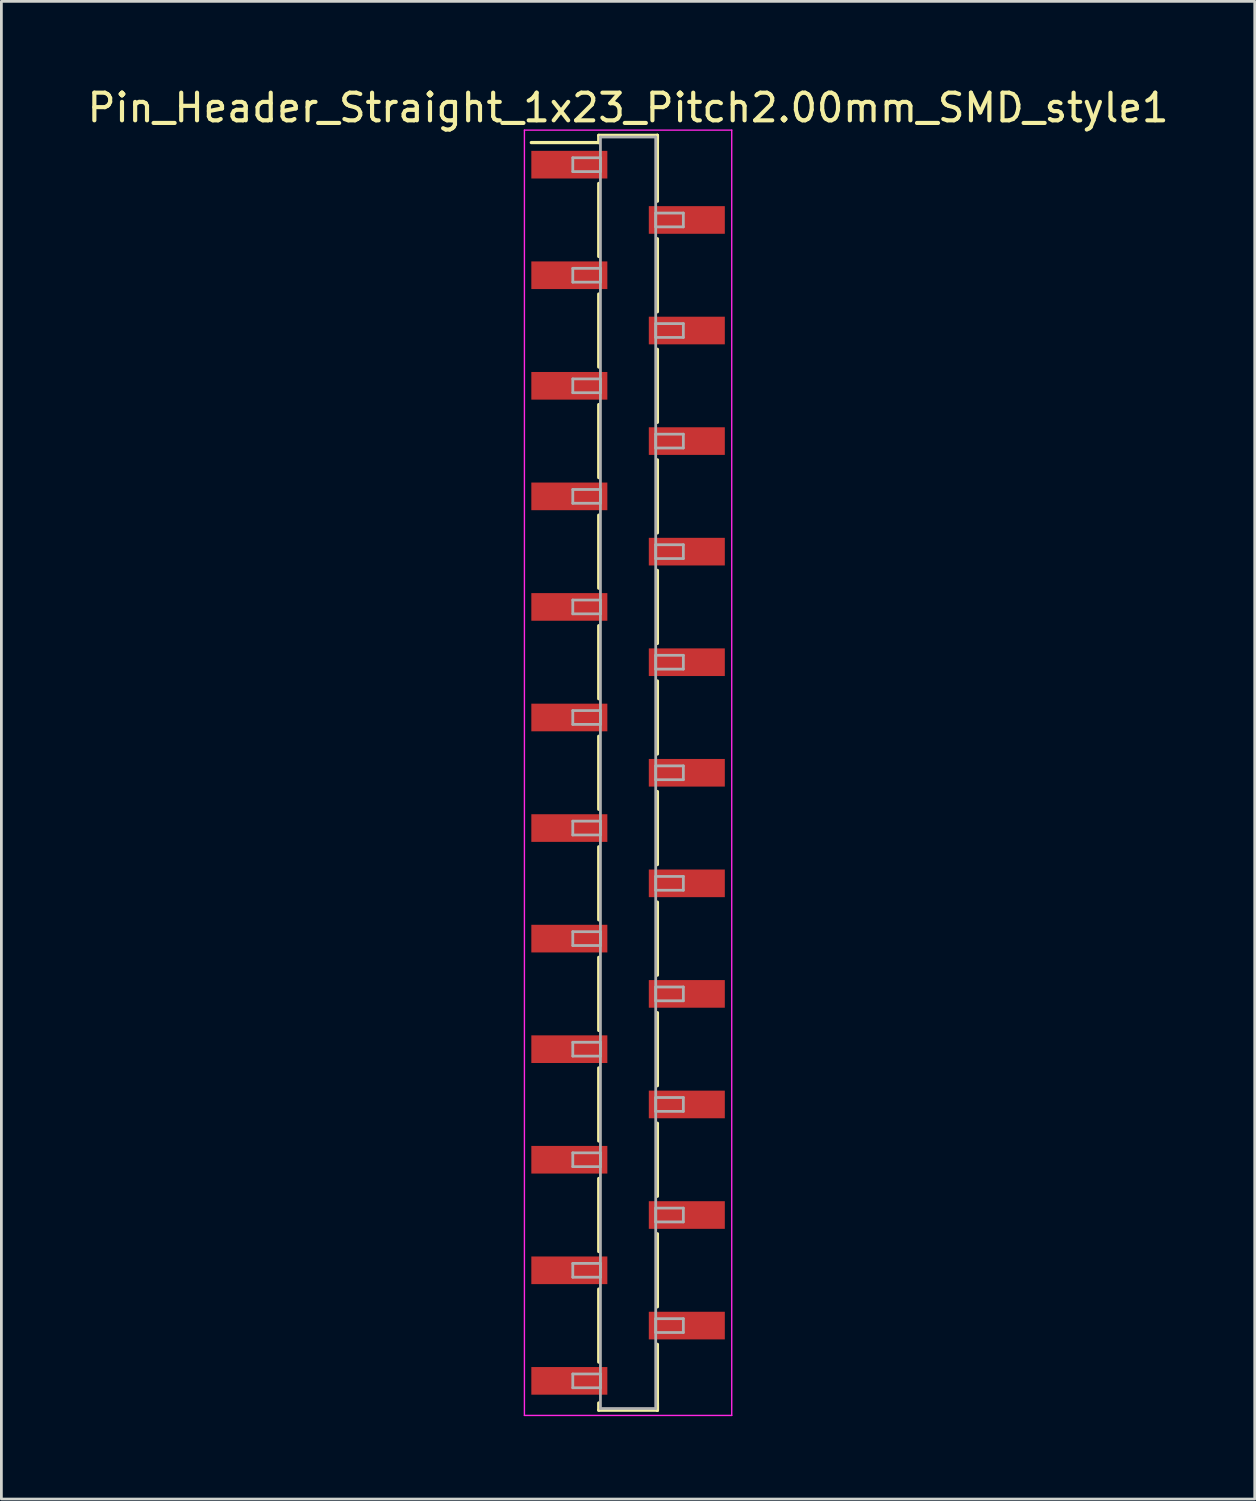
<source format=kicad_pcb>
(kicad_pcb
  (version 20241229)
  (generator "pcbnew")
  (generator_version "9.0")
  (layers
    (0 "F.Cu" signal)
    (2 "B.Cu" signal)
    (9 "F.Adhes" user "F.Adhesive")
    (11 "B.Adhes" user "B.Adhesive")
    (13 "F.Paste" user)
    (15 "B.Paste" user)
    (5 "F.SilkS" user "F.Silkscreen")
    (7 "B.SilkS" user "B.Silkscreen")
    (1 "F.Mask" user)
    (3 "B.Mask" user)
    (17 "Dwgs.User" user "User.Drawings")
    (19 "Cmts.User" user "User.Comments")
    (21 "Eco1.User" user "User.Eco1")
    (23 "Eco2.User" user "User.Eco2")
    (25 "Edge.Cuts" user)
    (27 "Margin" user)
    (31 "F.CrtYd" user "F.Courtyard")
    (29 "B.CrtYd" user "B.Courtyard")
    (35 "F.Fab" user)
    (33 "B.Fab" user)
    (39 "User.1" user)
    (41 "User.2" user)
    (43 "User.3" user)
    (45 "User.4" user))
  (footprint "Pin_Header_Straight_1x23_Pitch2.00mm_SMD_style1"
    (layer "F.Cu")
    (at 19.673 24.908)
    (property "Reference" "Pin_Header_Straight_1x23_Pitch2.00mm_SMD_style1" (at 0 -24.06 0) (layer "F.SilkS") (effects (font (size 1 1) (thickness 0.15))))
    (attr smd)
    (fp_line (start -1.06 -23.06) (end 1.06 -23.06) (stroke (width 0.12) (type solid)) (layer "F.SilkS"))
    (fp_line (start -1.06 -22.8) (end -3.5 -22.8) (stroke (width 0.12) (type solid)) (layer "F.SilkS"))
    (fp_line (start -1.06 -22.8) (end -1.06 -23.06) (stroke (width 0.12) (type solid)) (layer "F.SilkS"))
    (fp_line (start -1.06 -21.32) (end -1.06 -18.68) (stroke (width 0.12) (type solid)) (layer "F.SilkS"))
    (fp_line (start -1.06 -17.32) (end -1.06 -14.68) (stroke (width 0.12) (type solid)) (layer "F.SilkS"))
    (fp_line (start -1.06 -13.32) (end -1.06 -10.68) (stroke (width 0.12) (type solid)) (layer "F.SilkS"))
    (fp_line (start -1.06 -9.32) (end -1.06 -6.68) (stroke (width 0.12) (type solid)) (layer "F.SilkS"))
    (fp_line (start -1.06 -5.32) (end -1.06 -2.68) (stroke (width 0.12) (type solid)) (layer "F.SilkS"))
    (fp_line (start -1.06 -1.32) (end -1.06 1.32) (stroke (width 0.12) (type solid)) (layer "F.SilkS"))
    (fp_line (start -1.06 2.68) (end -1.06 5.32) (stroke (width 0.12) (type solid)) (layer "F.SilkS"))
    (fp_line (start -1.06 6.68) (end -1.06 9.32) (stroke (width 0.12) (type solid)) (layer "F.SilkS"))
    (fp_line (start -1.06 10.68) (end -1.06 13.32) (stroke (width 0.12) (type solid)) (layer "F.SilkS"))
    (fp_line (start -1.06 14.68) (end -1.06 17.32) (stroke (width 0.12) (type solid)) (layer "F.SilkS"))
    (fp_line (start -1.06 18.68) (end -1.06 21.32) (stroke (width 0.12) (type solid)) (layer "F.SilkS"))
    (fp_line (start -1.06 22.8) (end -1.06 23.06) (stroke (width 0.12) (type solid)) (layer "F.SilkS"))
    (fp_line (start -1.06 23.06) (end 1.06 23.06) (stroke (width 0.12) (type solid)) (layer "F.SilkS"))
    (fp_line (start 1.06 -23.06) (end 1.06 -22.8) (stroke (width 0.12) (type solid)) (layer "F.SilkS"))
    (fp_line (start 1.06 -23.06) (end 1.06 -20.68) (stroke (width 0.12) (type solid)) (layer "F.SilkS"))
    (fp_line (start 1.06 -19.32) (end 1.06 -16.68) (stroke (width 0.12) (type solid)) (layer "F.SilkS"))
    (fp_line (start 1.06 -15.32) (end 1.06 -12.68) (stroke (width 0.12) (type solid)) (layer "F.SilkS"))
    (fp_line (start 1.06 -11.32) (end 1.06 -8.68) (stroke (width 0.12) (type solid)) (layer "F.SilkS"))
    (fp_line (start 1.06 -7.32) (end 1.06 -4.68) (stroke (width 0.12) (type solid)) (layer "F.SilkS"))
    (fp_line (start 1.06 -3.32) (end 1.06 -0.68) (stroke (width 0.12) (type solid)) (layer "F.SilkS"))
    (fp_line (start 1.06 0.68) (end 1.06 3.32) (stroke (width 0.12) (type solid)) (layer "F.SilkS"))
    (fp_line (start 1.06 4.68) (end 1.06 7.32) (stroke (width 0.12) (type solid)) (layer "F.SilkS"))
    (fp_line (start 1.06 8.68) (end 1.06 11.32) (stroke (width 0.12) (type solid)) (layer "F.SilkS"))
    (fp_line (start 1.06 12.68) (end 1.06 15.32) (stroke (width 0.12) (type solid)) (layer "F.SilkS"))
    (fp_line (start 1.06 16.68) (end 1.06 19.32) (stroke (width 0.12) (type solid)) (layer "F.SilkS"))
    (fp_line (start 1.06 20.68) (end 1.06 23.06) (stroke (width 0.12) (type solid)) (layer "F.SilkS"))
    (fp_line (start 1.06 23.06) (end 1.06 22.8) (stroke (width 0.12) (type solid)) (layer "F.SilkS"))
    (fp_line (start -3.75 -23.25) (end -3.75 23.25) (stroke (width 0.05) (type solid)) (layer "F.CrtYd"))
    (fp_line (start -3.75 23.25) (end 3.75 23.25) (stroke (width 0.05) (type solid)) (layer "F.CrtYd"))
    (fp_line (start 3.75 -23.25) (end -3.75 -23.25) (stroke (width 0.05) (type solid)) (layer "F.CrtYd"))
    (fp_line (start 3.75 23.25) (end 3.75 -23.25) (stroke (width 0.05) (type solid)) (layer "F.CrtYd"))
    (fp_line (start -2 -22.25) (end -1 -22.25) (stroke (width 0.1) (type solid)) (layer "F.Fab"))
    (fp_line (start -2 -21.75) (end -2 -22.25) (stroke (width 0.1) (type solid)) (layer "F.Fab"))
    (fp_line (start -2 -18.25) (end -1 -18.25) (stroke (width 0.1) (type solid)) (layer "F.Fab"))
    (fp_line (start -2 -17.75) (end -2 -18.25) (stroke (width 0.1) (type solid)) (layer "F.Fab"))
    (fp_line (start -2 -14.25) (end -1 -14.25) (stroke (width 0.1) (type solid)) (layer "F.Fab"))
    (fp_line (start -2 -13.75) (end -2 -14.25) (stroke (width 0.1) (type solid)) (layer "F.Fab"))
    (fp_line (start -2 -10.25) (end -1 -10.25) (stroke (width 0.1) (type solid)) (layer "F.Fab"))
    (fp_line (start -2 -9.75) (end -2 -10.25) (stroke (width 0.1) (type solid)) (layer "F.Fab"))
    (fp_line (start -2 -6.25) (end -1 -6.25) (stroke (width 0.1) (type solid)) (layer "F.Fab"))
    (fp_line (start -2 -5.75) (end -2 -6.25) (stroke (width 0.1) (type solid)) (layer "F.Fab"))
    (fp_line (start -2 -2.25) (end -1 -2.25) (stroke (width 0.1) (type solid)) (layer "F.Fab"))
    (fp_line (start -2 -1.75) (end -2 -2.25) (stroke (width 0.1) (type solid)) (layer "F.Fab"))
    (fp_line (start -2 1.75) (end -1 1.75) (stroke (width 0.1) (type solid)) (layer "F.Fab"))
    (fp_line (start -2 2.25) (end -2 1.75) (stroke (width 0.1) (type solid)) (layer "F.Fab"))
    (fp_line (start -2 5.75) (end -1 5.75) (stroke (width 0.1) (type solid)) (layer "F.Fab"))
    (fp_line (start -2 6.25) (end -2 5.75) (stroke (width 0.1) (type solid)) (layer "F.Fab"))
    (fp_line (start -2 9.75) (end -1 9.75) (stroke (width 0.1) (type solid)) (layer "F.Fab"))
    (fp_line (start -2 10.25) (end -2 9.75) (stroke (width 0.1) (type solid)) (layer "F.Fab"))
    (fp_line (start -2 13.75) (end -1 13.75) (stroke (width 0.1) (type solid)) (layer "F.Fab"))
    (fp_line (start -2 14.25) (end -2 13.75) (stroke (width 0.1) (type solid)) (layer "F.Fab"))
    (fp_line (start -2 17.75) (end -1 17.75) (stroke (width 0.1) (type solid)) (layer "F.Fab"))
    (fp_line (start -2 18.25) (end -2 17.75) (stroke (width 0.1) (type solid)) (layer "F.Fab"))
    (fp_line (start -2 21.75) (end -1 21.75) (stroke (width 0.1) (type solid)) (layer "F.Fab"))
    (fp_line (start -2 22.25) (end -2 21.75) (stroke (width 0.1) (type solid)) (layer "F.Fab"))
    (fp_line (start -1 -23) (end -1 23) (stroke (width 0.1) (type solid)) (layer "F.Fab"))
    (fp_line (start -1 -22.25) (end -1 -21.75) (stroke (width 0.1) (type solid)) (layer "F.Fab"))
    (fp_line (start -1 -21.75) (end -2 -21.75) (stroke (width 0.1) (type solid)) (layer "F.Fab"))
    (fp_line (start -1 -18.25) (end -1 -17.75) (stroke (width 0.1) (type solid)) (layer "F.Fab"))
    (fp_line (start -1 -17.75) (end -2 -17.75) (stroke (width 0.1) (type solid)) (layer "F.Fab"))
    (fp_line (start -1 -14.25) (end -1 -13.75) (stroke (width 0.1) (type solid)) (layer "F.Fab"))
    (fp_line (start -1 -13.75) (end -2 -13.75) (stroke (width 0.1) (type solid)) (layer "F.Fab"))
    (fp_line (start -1 -10.25) (end -1 -9.75) (stroke (width 0.1) (type solid)) (layer "F.Fab"))
    (fp_line (start -1 -9.75) (end -2 -9.75) (stroke (width 0.1) (type solid)) (layer "F.Fab"))
    (fp_line (start -1 -6.25) (end -1 -5.75) (stroke (width 0.1) (type solid)) (layer "F.Fab"))
    (fp_line (start -1 -5.75) (end -2 -5.75) (stroke (width 0.1) (type solid)) (layer "F.Fab"))
    (fp_line (start -1 -2.25) (end -1 -1.75) (stroke (width 0.1) (type solid)) (layer "F.Fab"))
    (fp_line (start -1 -1.75) (end -2 -1.75) (stroke (width 0.1) (type solid)) (layer "F.Fab"))
    (fp_line (start -1 1.75) (end -1 2.25) (stroke (width 0.1) (type solid)) (layer "F.Fab"))
    (fp_line (start -1 2.25) (end -2 2.25) (stroke (width 0.1) (type solid)) (layer "F.Fab"))
    (fp_line (start -1 5.75) (end -1 6.25) (stroke (width 0.1) (type solid)) (layer "F.Fab"))
    (fp_line (start -1 6.25) (end -2 6.25) (stroke (width 0.1) (type solid)) (layer "F.Fab"))
    (fp_line (start -1 9.75) (end -1 10.25) (stroke (width 0.1) (type solid)) (layer "F.Fab"))
    (fp_line (start -1 10.25) (end -2 10.25) (stroke (width 0.1) (type solid)) (layer "F.Fab"))
    (fp_line (start -1 13.75) (end -1 14.25) (stroke (width 0.1) (type solid)) (layer "F.Fab"))
    (fp_line (start -1 14.25) (end -2 14.25) (stroke (width 0.1) (type solid)) (layer "F.Fab"))
    (fp_line (start -1 17.75) (end -1 18.25) (stroke (width 0.1) (type solid)) (layer "F.Fab"))
    (fp_line (start -1 18.25) (end -2 18.25) (stroke (width 0.1) (type solid)) (layer "F.Fab"))
    (fp_line (start -1 21.75) (end -1 22.25) (stroke (width 0.1) (type solid)) (layer "F.Fab"))
    (fp_line (start -1 22.25) (end -2 22.25) (stroke (width 0.1) (type solid)) (layer "F.Fab"))
    (fp_line (start -1 23) (end 1 23) (stroke (width 0.1) (type solid)) (layer "F.Fab"))
    (fp_line (start 1 -23) (end -1 -23) (stroke (width 0.1) (type solid)) (layer "F.Fab"))
    (fp_line (start 1 -20.25) (end 1 -19.75) (stroke (width 0.1) (type solid)) (layer "F.Fab"))
    (fp_line (start 1 -19.75) (end 2 -19.75) (stroke (width 0.1) (type solid)) (layer "F.Fab"))
    (fp_line (start 1 -16.25) (end 1 -15.75) (stroke (width 0.1) (type solid)) (layer "F.Fab"))
    (fp_line (start 1 -15.75) (end 2 -15.75) (stroke (width 0.1) (type solid)) (layer "F.Fab"))
    (fp_line (start 1 -12.25) (end 1 -11.75) (stroke (width 0.1) (type solid)) (layer "F.Fab"))
    (fp_line (start 1 -11.75) (end 2 -11.75) (stroke (width 0.1) (type solid)) (layer "F.Fab"))
    (fp_line (start 1 -8.25) (end 1 -7.75) (stroke (width 0.1) (type solid)) (layer "F.Fab"))
    (fp_line (start 1 -7.75) (end 2 -7.75) (stroke (width 0.1) (type solid)) (layer "F.Fab"))
    (fp_line (start 1 -4.25) (end 1 -3.75) (stroke (width 0.1) (type solid)) (layer "F.Fab"))
    (fp_line (start 1 -3.75) (end 2 -3.75) (stroke (width 0.1) (type solid)) (layer "F.Fab"))
    (fp_line (start 1 -0.25) (end 1 0.25) (stroke (width 0.1) (type solid)) (layer "F.Fab"))
    (fp_line (start 1 0.25) (end 2 0.25) (stroke (width 0.1) (type solid)) (layer "F.Fab"))
    (fp_line (start 1 3.75) (end 1 4.25) (stroke (width 0.1) (type solid)) (layer "F.Fab"))
    (fp_line (start 1 4.25) (end 2 4.25) (stroke (width 0.1) (type solid)) (layer "F.Fab"))
    (fp_line (start 1 7.75) (end 1 8.25) (stroke (width 0.1) (type solid)) (layer "F.Fab"))
    (fp_line (start 1 8.25) (end 2 8.25) (stroke (width 0.1) (type solid)) (layer "F.Fab"))
    (fp_line (start 1 11.75) (end 1 12.25) (stroke (width 0.1) (type solid)) (layer "F.Fab"))
    (fp_line (start 1 12.25) (end 2 12.25) (stroke (width 0.1) (type solid)) (layer "F.Fab"))
    (fp_line (start 1 15.75) (end 1 16.25) (stroke (width 0.1) (type solid)) (layer "F.Fab"))
    (fp_line (start 1 16.25) (end 2 16.25) (stroke (width 0.1) (type solid)) (layer "F.Fab"))
    (fp_line (start 1 19.75) (end 1 20.25) (stroke (width 0.1) (type solid)) (layer "F.Fab"))
    (fp_line (start 1 20.25) (end 2 20.25) (stroke (width 0.1) (type solid)) (layer "F.Fab"))
    (fp_line (start 1 23) (end 1 -23) (stroke (width 0.1) (type solid)) (layer "F.Fab"))
    (fp_line (start 2 -20.25) (end 1 -20.25) (stroke (width 0.1) (type solid)) (layer "F.Fab"))
    (fp_line (start 2 -19.75) (end 2 -20.25) (stroke (width 0.1) (type solid)) (layer "F.Fab"))
    (fp_line (start 2 -16.25) (end 1 -16.25) (stroke (width 0.1) (type solid)) (layer "F.Fab"))
    (fp_line (start 2 -15.75) (end 2 -16.25) (stroke (width 0.1) (type solid)) (layer "F.Fab"))
    (fp_line (start 2 -12.25) (end 1 -12.25) (stroke (width 0.1) (type solid)) (layer "F.Fab"))
    (fp_line (start 2 -11.75) (end 2 -12.25) (stroke (width 0.1) (type solid)) (layer "F.Fab"))
    (fp_line (start 2 -8.25) (end 1 -8.25) (stroke (width 0.1) (type solid)) (layer "F.Fab"))
    (fp_line (start 2 -7.75) (end 2 -8.25) (stroke (width 0.1) (type solid)) (layer "F.Fab"))
    (fp_line (start 2 -4.25) (end 1 -4.25) (stroke (width 0.1) (type solid)) (layer "F.Fab"))
    (fp_line (start 2 -3.75) (end 2 -4.25) (stroke (width 0.1) (type solid)) (layer "F.Fab"))
    (fp_line (start 2 -0.25) (end 1 -0.25) (stroke (width 0.1) (type solid)) (layer "F.Fab"))
    (fp_line (start 2 0.25) (end 2 -0.25) (stroke (width 0.1) (type solid)) (layer "F.Fab"))
    (fp_line (start 2 3.75) (end 1 3.75) (stroke (width 0.1) (type solid)) (layer "F.Fab"))
    (fp_line (start 2 4.25) (end 2 3.75) (stroke (width 0.1) (type solid)) (layer "F.Fab"))
    (fp_line (start 2 7.75) (end 1 7.75) (stroke (width 0.1) (type solid)) (layer "F.Fab"))
    (fp_line (start 2 8.25) (end 2 7.75) (stroke (width 0.1) (type solid)) (layer "F.Fab"))
    (fp_line (start 2 11.75) (end 1 11.75) (stroke (width 0.1) (type solid)) (layer "F.Fab"))
    (fp_line (start 2 12.25) (end 2 11.75) (stroke (width 0.1) (type solid)) (layer "F.Fab"))
    (fp_line (start 2 15.75) (end 1 15.75) (stroke (width 0.1) (type solid)) (layer "F.Fab"))
    (fp_line (start 2 16.25) (end 2 15.75) (stroke (width 0.1) (type solid)) (layer "F.Fab"))
    (fp_line (start 2 19.75) (end 1 19.75) (stroke (width 0.1) (type solid)) (layer "F.Fab"))
    (fp_line (start 2 20.25) (end 2 19.75) (stroke (width 0.1) (type solid)) (layer "F.Fab"))
    (pad "1" smd rect (at -2.125 -22) (size 2.75 1) (layers "F.Cu" "F.Mask"))
    (pad "2" smd rect (at 2.125 -20) (size 2.75 1) (layers "F.Cu" "F.Mask"))
    (pad "3" smd rect (at -2.125 -18) (size 2.75 1) (layers "F.Cu" "F.Mask"))
    (pad "4" smd rect (at 2.125 -16) (size 2.75 1) (layers "F.Cu" "F.Mask"))
    (pad "5" smd rect (at -2.125 -14) (size 2.75 1) (layers "F.Cu" "F.Mask"))
    (pad "6" smd rect (at 2.125 -12) (size 2.75 1) (layers "F.Cu" "F.Mask"))
    (pad "7" smd rect (at -2.125 -10) (size 2.75 1) (layers "F.Cu" "F.Mask"))
    (pad "8" smd rect (at 2.125 -8) (size 2.75 1) (layers "F.Cu" "F.Mask"))
    (pad "9" smd rect (at -2.125 -6) (size 2.75 1) (layers "F.Cu" "F.Mask"))
    (pad "10" smd rect (at 2.125 -4) (size 2.75 1) (layers "F.Cu" "F.Mask"))
    (pad "11" smd rect (at -2.125 -2) (size 2.75 1) (layers "F.Cu" "F.Mask"))
    (pad "12" smd rect (at 2.125 0) (size 2.75 1) (layers "F.Cu" "F.Mask"))
    (pad "13" smd rect (at -2.125 2) (size 2.75 1) (layers "F.Cu" "F.Mask"))
    (pad "14" smd rect (at 2.125 4) (size 2.75 1) (layers "F.Cu" "F.Mask"))
    (pad "15" smd rect (at -2.125 6) (size 2.75 1) (layers "F.Cu" "F.Mask"))
    (pad "16" smd rect (at 2.125 8) (size 2.75 1) (layers "F.Cu" "F.Mask"))
    (pad "17" smd rect (at -2.125 10) (size 2.75 1) (layers "F.Cu" "F.Mask"))
    (pad "18" smd rect (at 2.125 12) (size 2.75 1) (layers "F.Cu" "F.Mask"))
    (pad "19" smd rect (at -2.125 14) (size 2.75 1) (layers "F.Cu" "F.Mask"))
    (pad "20" smd rect (at 2.125 16) (size 2.75 1) (layers "F.Cu" "F.Mask"))
    (pad "21" smd rect (at -2.125 18) (size 2.75 1) (layers "F.Cu" "F.Mask"))
    (pad "22" smd rect (at 2.125 20) (size 2.75 1) (layers "F.Cu" "F.Mask"))
    (pad "23" smd rect (at -2.125 22) (size 2.75 1) (layers "F.Cu" "F.Mask")))
  (gr_rect
    (start -3 -3)
    (end 42.345 51.183)
    (stroke (width 0.1) (type default))
    (fill no)
    (layer "Edge.Cuts")))
</source>
